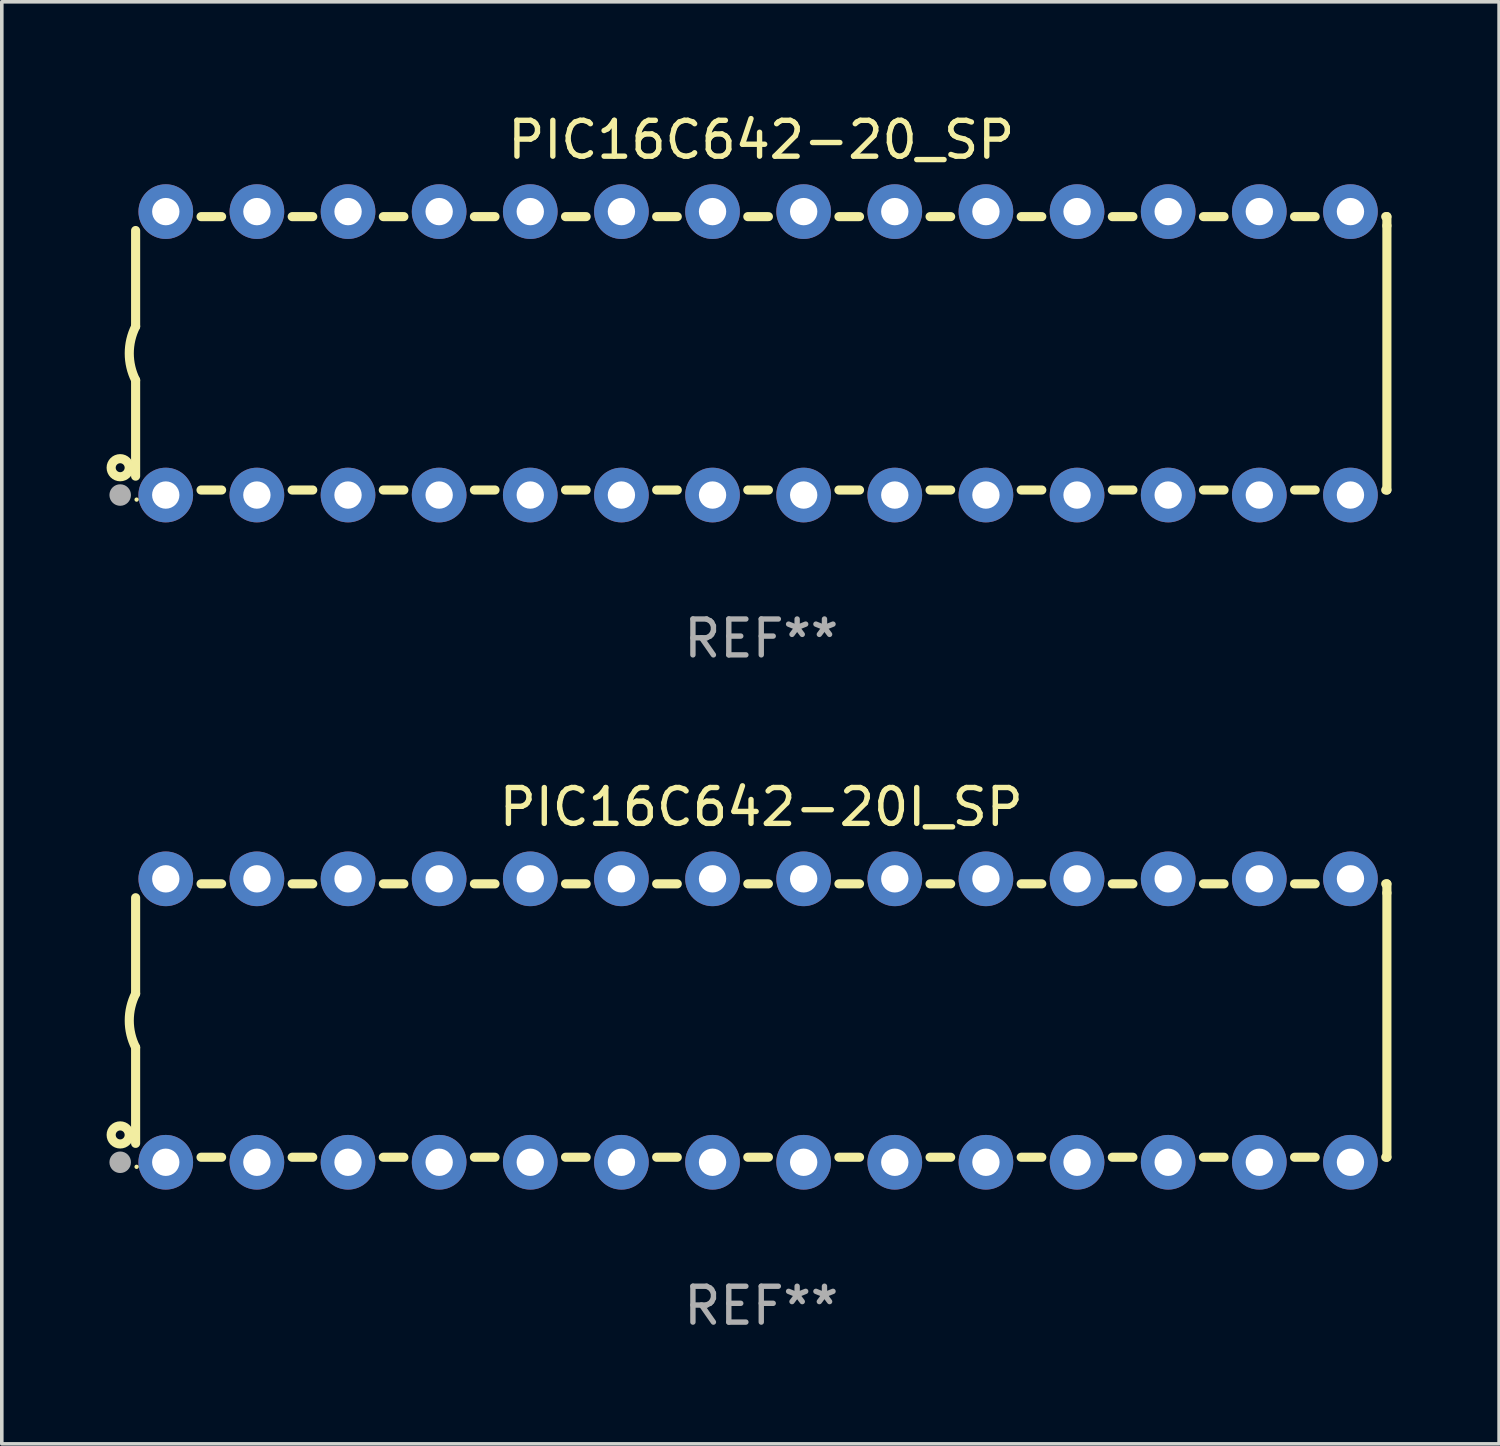
<source format=kicad_pcb>
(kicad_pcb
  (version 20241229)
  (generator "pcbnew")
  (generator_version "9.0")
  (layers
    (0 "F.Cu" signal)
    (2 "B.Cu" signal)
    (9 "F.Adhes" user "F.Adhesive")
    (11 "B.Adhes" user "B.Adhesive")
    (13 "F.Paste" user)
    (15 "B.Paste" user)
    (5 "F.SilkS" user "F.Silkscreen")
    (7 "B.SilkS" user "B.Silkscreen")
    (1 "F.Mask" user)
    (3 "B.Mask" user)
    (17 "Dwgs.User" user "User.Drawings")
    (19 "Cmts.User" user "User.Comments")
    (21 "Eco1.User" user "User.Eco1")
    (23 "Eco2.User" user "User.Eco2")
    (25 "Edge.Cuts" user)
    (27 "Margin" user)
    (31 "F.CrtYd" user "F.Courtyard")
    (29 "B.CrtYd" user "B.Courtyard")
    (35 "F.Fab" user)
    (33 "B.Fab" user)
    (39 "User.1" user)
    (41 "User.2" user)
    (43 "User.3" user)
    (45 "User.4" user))
  (footprint "PIC16C642-20I_SP"
    (layer "F.Cu")
    (at 18.168 25.395)
    (property "Reference" "PIC16C642-20I_SP" (at 0 -5.95 0) (layer "F.SilkS") (effects (font (size 1 1) (thickness 0.15))))
    (attr through_hole)
    (fp_line (start -17.438 0.75) (end -17.438 3.423) (stroke (width 0.254) (type solid)) (layer "F.SilkS"))
    (fp_line (start -17.438 -3.423) (end -17.438 -0.75) (stroke (width 0.254) (type solid)) (layer "F.SilkS"))
    (fp_line (start -15.615 3.81) (end -15.041 3.81) (stroke (width 0.254) (type solid)) (layer "F.SilkS"))
    (fp_line (start -15.041 -3.81) (end -15.614 -3.81) (stroke (width 0.254) (type solid)) (layer "F.SilkS"))
    (fp_line (start -13.075 3.81) (end -12.501 3.81) (stroke (width 0.254) (type solid)) (layer "F.SilkS"))
    (fp_line (start -12.501 -3.81) (end -13.074 -3.81) (stroke (width 0.254) (type solid)) (layer "F.SilkS"))
    (fp_line (start -10.535 3.81) (end -9.961 3.81) (stroke (width 0.254) (type solid)) (layer "F.SilkS"))
    (fp_line (start -9.961 -3.81) (end -10.534 -3.81) (stroke (width 0.254) (type solid)) (layer "F.SilkS"))
    (fp_line (start -7.995 3.81) (end -7.421 3.81) (stroke (width 0.254) (type solid)) (layer "F.SilkS"))
    (fp_line (start -7.421 -3.81) (end -7.995 -3.81) (stroke (width 0.254) (type solid)) (layer "F.SilkS"))
    (fp_line (start -5.455 3.81) (end -4.881 3.81) (stroke (width 0.254) (type solid)) (layer "F.SilkS"))
    (fp_line (start -4.881 -3.81) (end -5.455 -3.81) (stroke (width 0.254) (type solid)) (layer "F.SilkS"))
    (fp_line (start -2.915 3.81) (end -2.341 3.81) (stroke (width 0.254) (type solid)) (layer "F.SilkS"))
    (fp_line (start -2.341 -3.81) (end -2.915 -3.81) (stroke (width 0.254) (type solid)) (layer "F.SilkS"))
    (fp_line (start -0.375 3.81) (end 0.199 3.81) (stroke (width 0.254) (type solid)) (layer "F.SilkS"))
    (fp_line (start 0.199 -3.81) (end -0.375 -3.81) (stroke (width 0.254) (type solid)) (layer "F.SilkS"))
    (fp_line (start 2.165 3.81) (end 2.739 3.81) (stroke (width 0.254) (type solid)) (layer "F.SilkS"))
    (fp_line (start 2.739 -3.81) (end 2.165 -3.81) (stroke (width 0.254) (type solid)) (layer "F.SilkS"))
    (fp_line (start 4.705 3.81) (end 5.279 3.81) (stroke (width 0.254) (type solid)) (layer "F.SilkS"))
    (fp_line (start 5.279 -3.81) (end 4.705 -3.81) (stroke (width 0.254) (type solid)) (layer "F.SilkS"))
    (fp_line (start 7.245 3.81) (end 7.819 3.81) (stroke (width 0.254) (type solid)) (layer "F.SilkS"))
    (fp_line (start 7.819 -3.81) (end 7.245 -3.81) (stroke (width 0.254) (type solid)) (layer "F.SilkS"))
    (fp_line (start 9.785 3.81) (end 10.359 3.81) (stroke (width 0.254) (type solid)) (layer "F.SilkS"))
    (fp_line (start 10.359 -3.81) (end 9.785 -3.81) (stroke (width 0.254) (type solid)) (layer "F.SilkS"))
    (fp_line (start 12.325 3.81) (end 12.899 3.81) (stroke (width 0.254) (type solid)) (layer "F.SilkS"))
    (fp_line (start 12.899 -3.81) (end 12.325 -3.81) (stroke (width 0.254) (type solid)) (layer "F.SilkS"))
    (fp_line (start 14.865 3.81) (end 15.439 3.81) (stroke (width 0.254) (type solid)) (layer "F.SilkS"))
    (fp_line (start 15.439 -3.81) (end 14.865 -3.81) (stroke (width 0.254) (type solid)) (layer "F.SilkS"))
    (fp_line (start 17.405 3.81) (end 17.438 3.81) (stroke (width 0.254) (type solid)) (layer "F.SilkS"))
    (fp_line (start 17.438 -3.81) (end 17.405 -3.81) (stroke (width 0.254) (type solid)) (layer "F.SilkS"))
    (fp_line (start 17.438 -3.556) (end 17.438 -3.81) (stroke (width 0.254) (type solid)) (layer "F.SilkS"))
    (fp_line (start 17.438 3.81) (end 17.438 -3.556) (stroke (width 0.254) (type solid)) (layer "F.SilkS"))
    (fp_arc (start -17.437986 0.749657) (mid -17.614887 -0.000024) (end -17.437783 -0.749657) (stroke (width 0.254001) (type solid)) (layer "F.SilkS"))
    (fp_circle (center -17.868 3.188) (end -17.743 3.188) (stroke (width 0.254) (type solid)) (fill no) (layer "F.SilkS"))
    (fp_circle (center -17.411 4.077) (end -17.381 4.077) (stroke (width 0.06) (type solid)) (fill no) (layer "F.SilkS"))
    (fp_circle (center -17.868 3.95) (end -17.718 3.95) (stroke (width 0.3) (type solid)) (fill no) (layer "F.Fab"))
    (fp_text user "REF**" (at 0 7.95 0) (layer "F.Fab") (effects (font (size 1 1) (thickness 0.15))))
    (pad "1" thru_hole circle (at -16.598 3.95) (size 1.524 1.524) (drill 0.762) (layers "*.Cu" "*.Mask"))
    (pad "2" thru_hole circle (at -14.058 3.95) (size 1.524 1.524) (drill 0.762) (layers "*.Cu" "*.Mask"))
    (pad "3" thru_hole circle (at -11.518 3.95) (size 1.524 1.524) (drill 0.762) (layers "*.Cu" "*.Mask"))
    (pad "4" thru_hole circle (at -8.978 3.95) (size 1.524 1.524) (drill 0.762) (layers "*.Cu" "*.Mask"))
    (pad "5" thru_hole circle (at -6.438 3.95) (size 1.524 1.524) (drill 0.762) (layers "*.Cu" "*.Mask"))
    (pad "6" thru_hole circle (at -3.898 3.95) (size 1.524 1.524) (drill 0.762) (layers "*.Cu" "*.Mask"))
    (pad "7" thru_hole circle (at -1.358 3.95) (size 1.524 1.524) (drill 0.762) (layers "*.Cu" "*.Mask"))
    (pad "8" thru_hole circle (at 1.182 3.95) (size 1.524 1.524) (drill 0.762) (layers "*.Cu" "*.Mask"))
    (pad "9" thru_hole circle (at 3.722 3.95) (size 1.524 1.524) (drill 0.762) (layers "*.Cu" "*.Mask"))
    (pad "10" thru_hole circle (at 6.262 3.95) (size 1.524 1.524) (drill 0.762) (layers "*.Cu" "*.Mask"))
    (pad "11" thru_hole circle (at 8.802 3.95) (size 1.524 1.524) (drill 0.762) (layers "*.Cu" "*.Mask"))
    (pad "12" thru_hole circle (at 11.342 3.95) (size 1.524 1.524) (drill 0.762) (layers "*.Cu" "*.Mask"))
    (pad "13" thru_hole circle (at 13.882 3.95) (size 1.524 1.524) (drill 0.762) (layers "*.Cu" "*.Mask"))
    (pad "14" thru_hole circle (at 16.422 3.95) (size 1.524 1.524) (drill 0.762) (layers "*.Cu" "*.Mask"))
    (pad "15" thru_hole circle (at 16.422 -3.95) (size 1.524 1.524) (drill 0.762) (layers "*.Cu" "*.Mask"))
    (pad "16" thru_hole circle (at 13.882 -3.95) (size 1.524 1.524) (drill 0.762) (layers "*.Cu" "*.Mask"))
    (pad "17" thru_hole circle (at 11.342 -3.95) (size 1.524 1.524) (drill 0.762) (layers "*.Cu" "*.Mask"))
    (pad "18" thru_hole circle (at 8.802 -3.95) (size 1.524 1.524) (drill 0.762) (layers "*.Cu" "*.Mask"))
    (pad "19" thru_hole circle (at 6.262 -3.95) (size 1.524 1.524) (drill 0.762) (layers "*.Cu" "*.Mask"))
    (pad "20" thru_hole circle (at 3.722 -3.95) (size 1.524 1.524) (drill 0.762) (layers "*.Cu" "*.Mask"))
    (pad "21" thru_hole circle (at 1.182 -3.95) (size 1.524 1.524) (drill 0.762) (layers "*.Cu" "*.Mask"))
    (pad "22" thru_hole circle (at -1.358 -3.95) (size 1.524 1.524) (drill 0.762) (layers "*.Cu" "*.Mask"))
    (pad "23" thru_hole circle (at -3.898 -3.95) (size 1.524 1.524) (drill 0.762) (layers "*.Cu" "*.Mask"))
    (pad "24" thru_hole circle (at -6.438 -3.95) (size 1.524 1.524) (drill 0.762) (layers "*.Cu" "*.Mask"))
    (pad "25" thru_hole circle (at -8.978 -3.95) (size 1.524 1.524) (drill 0.762) (layers "*.Cu" "*.Mask"))
    (pad "26" thru_hole circle (at -11.517 -3.95) (size 1.524 1.524) (drill 0.762) (layers "*.Cu" "*.Mask"))
    (pad "27" thru_hole circle (at -14.057 -3.95) (size 1.524 1.524) (drill 0.762) (layers "*.Cu" "*.Mask"))
    (pad "28" thru_hole circle (at -16.597 -3.95) (size 1.524 1.524) (drill 0.762) (layers "*.Cu" "*.Mask")))
  (footprint "PIC16C642-20_SP"
    (layer "F.Cu")
    (at 18.168 6.798)
    (property "Reference" "PIC16C642-20_SP" (at 0 -5.95 0) (layer "F.SilkS") (effects (font (size 1 1) (thickness 0.15))))
    (attr through_hole)
    (fp_line (start -17.438 0.75) (end -17.438 3.423) (stroke (width 0.254) (type solid)) (layer "F.SilkS"))
    (fp_line (start -17.438 -3.423) (end -17.438 -0.75) (stroke (width 0.254) (type solid)) (layer "F.SilkS"))
    (fp_line (start -15.615 3.81) (end -15.041 3.81) (stroke (width 0.254) (type solid)) (layer "F.SilkS"))
    (fp_line (start -15.041 -3.81) (end -15.614 -3.81) (stroke (width 0.254) (type solid)) (layer "F.SilkS"))
    (fp_line (start -13.075 3.81) (end -12.501 3.81) (stroke (width 0.254) (type solid)) (layer "F.SilkS"))
    (fp_line (start -12.501 -3.81) (end -13.074 -3.81) (stroke (width 0.254) (type solid)) (layer "F.SilkS"))
    (fp_line (start -10.535 3.81) (end -9.961 3.81) (stroke (width 0.254) (type solid)) (layer "F.SilkS"))
    (fp_line (start -9.961 -3.81) (end -10.534 -3.81) (stroke (width 0.254) (type solid)) (layer "F.SilkS"))
    (fp_line (start -7.995 3.81) (end -7.421 3.81) (stroke (width 0.254) (type solid)) (layer "F.SilkS"))
    (fp_line (start -7.421 -3.81) (end -7.995 -3.81) (stroke (width 0.254) (type solid)) (layer "F.SilkS"))
    (fp_line (start -5.455 3.81) (end -4.881 3.81) (stroke (width 0.254) (type solid)) (layer "F.SilkS"))
    (fp_line (start -4.881 -3.81) (end -5.455 -3.81) (stroke (width 0.254) (type solid)) (layer "F.SilkS"))
    (fp_line (start -2.915 3.81) (end -2.341 3.81) (stroke (width 0.254) (type solid)) (layer "F.SilkS"))
    (fp_line (start -2.341 -3.81) (end -2.915 -3.81) (stroke (width 0.254) (type solid)) (layer "F.SilkS"))
    (fp_line (start -0.375 3.81) (end 0.199 3.81) (stroke (width 0.254) (type solid)) (layer "F.SilkS"))
    (fp_line (start 0.199 -3.81) (end -0.375 -3.81) (stroke (width 0.254) (type solid)) (layer "F.SilkS"))
    (fp_line (start 2.165 3.81) (end 2.739 3.81) (stroke (width 0.254) (type solid)) (layer "F.SilkS"))
    (fp_line (start 2.739 -3.81) (end 2.165 -3.81) (stroke (width 0.254) (type solid)) (layer "F.SilkS"))
    (fp_line (start 4.705 3.81) (end 5.279 3.81) (stroke (width 0.254) (type solid)) (layer "F.SilkS"))
    (fp_line (start 5.279 -3.81) (end 4.705 -3.81) (stroke (width 0.254) (type solid)) (layer "F.SilkS"))
    (fp_line (start 7.245 3.81) (end 7.819 3.81) (stroke (width 0.254) (type solid)) (layer "F.SilkS"))
    (fp_line (start 7.819 -3.81) (end 7.245 -3.81) (stroke (width 0.254) (type solid)) (layer "F.SilkS"))
    (fp_line (start 9.785 3.81) (end 10.359 3.81) (stroke (width 0.254) (type solid)) (layer "F.SilkS"))
    (fp_line (start 10.359 -3.81) (end 9.785 -3.81) (stroke (width 0.254) (type solid)) (layer "F.SilkS"))
    (fp_line (start 12.325 3.81) (end 12.899 3.81) (stroke (width 0.254) (type solid)) (layer "F.SilkS"))
    (fp_line (start 12.899 -3.81) (end 12.325 -3.81) (stroke (width 0.254) (type solid)) (layer "F.SilkS"))
    (fp_line (start 14.865 3.81) (end 15.439 3.81) (stroke (width 0.254) (type solid)) (layer "F.SilkS"))
    (fp_line (start 15.439 -3.81) (end 14.865 -3.81) (stroke (width 0.254) (type solid)) (layer "F.SilkS"))
    (fp_line (start 17.405 3.81) (end 17.438 3.81) (stroke (width 0.254) (type solid)) (layer "F.SilkS"))
    (fp_line (start 17.438 -3.81) (end 17.405 -3.81) (stroke (width 0.254) (type solid)) (layer "F.SilkS"))
    (fp_line (start 17.438 -3.556) (end 17.438 -3.81) (stroke (width 0.254) (type solid)) (layer "F.SilkS"))
    (fp_line (start 17.438 3.81) (end 17.438 -3.556) (stroke (width 0.254) (type solid)) (layer "F.SilkS"))
    (fp_arc (start -17.437986 0.749657) (mid -17.614887 -0.000024) (end -17.437783 -0.749657) (stroke (width 0.254001) (type solid)) (layer "F.SilkS"))
    (fp_circle (center -17.868 3.188) (end -17.743 3.188) (stroke (width 0.254) (type solid)) (fill no) (layer "F.SilkS"))
    (fp_circle (center -17.411 4.077) (end -17.381 4.077) (stroke (width 0.06) (type solid)) (fill no) (layer "F.SilkS"))
    (fp_circle (center -17.868 3.95) (end -17.718 3.95) (stroke (width 0.3) (type solid)) (fill no) (layer "F.Fab"))
    (fp_text user "REF**" (at 0 7.95 0) (layer "F.Fab") (effects (font (size 1 1) (thickness 0.15))))
    (pad "1" thru_hole circle (at -16.598 3.95) (size 1.524 1.524) (drill 0.762) (layers "*.Cu" "*.Mask"))
    (pad "2" thru_hole circle (at -14.058 3.95) (size 1.524 1.524) (drill 0.762) (layers "*.Cu" "*.Mask"))
    (pad "3" thru_hole circle (at -11.518 3.95) (size 1.524 1.524) (drill 0.762) (layers "*.Cu" "*.Mask"))
    (pad "4" thru_hole circle (at -8.978 3.95) (size 1.524 1.524) (drill 0.762) (layers "*.Cu" "*.Mask"))
    (pad "5" thru_hole circle (at -6.438 3.95) (size 1.524 1.524) (drill 0.762) (layers "*.Cu" "*.Mask"))
    (pad "6" thru_hole circle (at -3.898 3.95) (size 1.524 1.524) (drill 0.762) (layers "*.Cu" "*.Mask"))
    (pad "7" thru_hole circle (at -1.358 3.95) (size 1.524 1.524) (drill 0.762) (layers "*.Cu" "*.Mask"))
    (pad "8" thru_hole circle (at 1.182 3.95) (size 1.524 1.524) (drill 0.762) (layers "*.Cu" "*.Mask"))
    (pad "9" thru_hole circle (at 3.722 3.95) (size 1.524 1.524) (drill 0.762) (layers "*.Cu" "*.Mask"))
    (pad "10" thru_hole circle (at 6.262 3.95) (size 1.524 1.524) (drill 0.762) (layers "*.Cu" "*.Mask"))
    (pad "11" thru_hole circle (at 8.802 3.95) (size 1.524 1.524) (drill 0.762) (layers "*.Cu" "*.Mask"))
    (pad "12" thru_hole circle (at 11.342 3.95) (size 1.524 1.524) (drill 0.762) (layers "*.Cu" "*.Mask"))
    (pad "13" thru_hole circle (at 13.882 3.95) (size 1.524 1.524) (drill 0.762) (layers "*.Cu" "*.Mask"))
    (pad "14" thru_hole circle (at 16.422 3.95) (size 1.524 1.524) (drill 0.762) (layers "*.Cu" "*.Mask"))
    (pad "15" thru_hole circle (at 16.422 -3.95) (size 1.524 1.524) (drill 0.762) (layers "*.Cu" "*.Mask"))
    (pad "16" thru_hole circle (at 13.882 -3.95) (size 1.524 1.524) (drill 0.762) (layers "*.Cu" "*.Mask"))
    (pad "17" thru_hole circle (at 11.342 -3.95) (size 1.524 1.524) (drill 0.762) (layers "*.Cu" "*.Mask"))
    (pad "18" thru_hole circle (at 8.802 -3.95) (size 1.524 1.524) (drill 0.762) (layers "*.Cu" "*.Mask"))
    (pad "19" thru_hole circle (at 6.262 -3.95) (size 1.524 1.524) (drill 0.762) (layers "*.Cu" "*.Mask"))
    (pad "20" thru_hole circle (at 3.722 -3.95) (size 1.524 1.524) (drill 0.762) (layers "*.Cu" "*.Mask"))
    (pad "21" thru_hole circle (at 1.182 -3.95) (size 1.524 1.524) (drill 0.762) (layers "*.Cu" "*.Mask"))
    (pad "22" thru_hole circle (at -1.358 -3.95) (size 1.524 1.524) (drill 0.762) (layers "*.Cu" "*.Mask"))
    (pad "23" thru_hole circle (at -3.898 -3.95) (size 1.524 1.524) (drill 0.762) (layers "*.Cu" "*.Mask"))
    (pad "24" thru_hole circle (at -6.438 -3.95) (size 1.524 1.524) (drill 0.762) (layers "*.Cu" "*.Mask"))
    (pad "25" thru_hole circle (at -8.978 -3.95) (size 1.524 1.524) (drill 0.762) (layers "*.Cu" "*.Mask"))
    (pad "26" thru_hole circle (at -11.517 -3.95) (size 1.524 1.524) (drill 0.762) (layers "*.Cu" "*.Mask"))
    (pad "27" thru_hole circle (at -14.057 -3.95) (size 1.524 1.524) (drill 0.762) (layers "*.Cu" "*.Mask"))
    (pad "28" thru_hole circle (at -16.597 -3.95) (size 1.524 1.524) (drill 0.762) (layers "*.Cu" "*.Mask")))
  (gr_rect
    (start -3 -3)
    (end 38.733 37.193)
    (stroke (width 0.1) (type default))
    (fill no)
    (layer "Edge.Cuts")))
</source>
